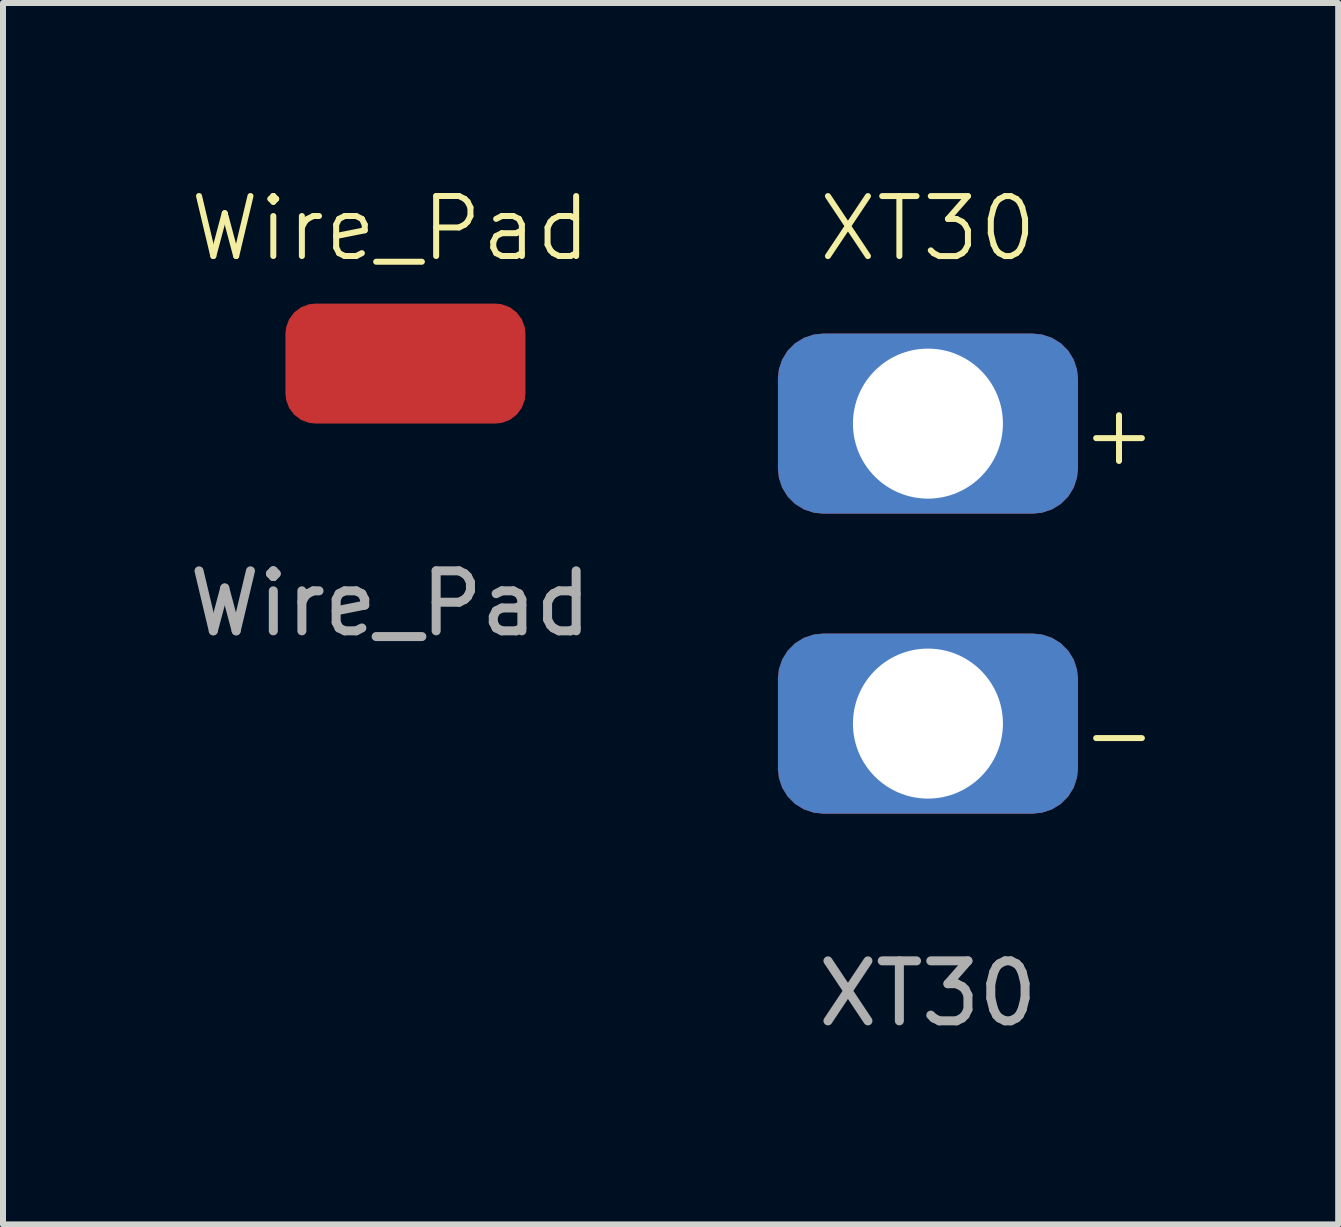
<source format=kicad_pcb>
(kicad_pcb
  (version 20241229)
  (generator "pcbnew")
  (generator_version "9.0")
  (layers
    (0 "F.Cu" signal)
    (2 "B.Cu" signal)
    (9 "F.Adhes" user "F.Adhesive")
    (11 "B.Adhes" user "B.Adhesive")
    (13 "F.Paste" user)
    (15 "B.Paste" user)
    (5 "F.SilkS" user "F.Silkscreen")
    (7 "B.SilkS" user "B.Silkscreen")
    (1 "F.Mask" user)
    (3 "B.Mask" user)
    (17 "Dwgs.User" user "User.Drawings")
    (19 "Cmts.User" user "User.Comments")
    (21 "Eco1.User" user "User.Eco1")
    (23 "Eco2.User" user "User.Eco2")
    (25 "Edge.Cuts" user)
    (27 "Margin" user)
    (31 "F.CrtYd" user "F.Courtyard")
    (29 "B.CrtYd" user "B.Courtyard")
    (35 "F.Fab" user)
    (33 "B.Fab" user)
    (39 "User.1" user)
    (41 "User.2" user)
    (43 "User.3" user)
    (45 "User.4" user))
  (footprint "XT30"
    (layer "F.Cu")
    (at 12.417 4.011)
    (property "Reference" "XT30" (at 0 -3.25 0) (unlocked yes) (layer "F.SilkS") (effects (font (size 1 1) (thickness 0.1))))
    (attr smd)
    (fp_text user "-" (at 2.5 5.75 0) (unlocked yes) (layer "F.SilkS") (effects (font (size 1 1) (thickness 0.1)) (justify left bottom)))
    (fp_text user "+" (at 2.5 0.75 0) (unlocked yes) (layer "F.SilkS") (effects (font (size 1 1) (thickness 0.1)) (justify left bottom)))
    (fp_text user "${REFERENCE}" (at 0 9.5 0) (unlocked yes) (layer "F.Fab") (effects (font (size 1 1) (thickness 0.15))))
    (pad "1" thru_hole roundrect (at 0 0) (size 5 3) (drill 2.5) (layers "*.Cu" "*.Mask") (roundrect_rratio 0.25))
    (pad "2" thru_hole roundrect (at 0 5) (size 5 3) (drill 2.5) (layers "*.Cu" "*.Mask") (roundrect_rratio 0.25)))
  (footprint "Wire_Pad"
    (layer "F.Cu")
    (at 3.708 3.01)
    (property "Reference" "Wire_Pad" (at -0.25 -2.25 0) (unlocked yes) (layer "F.SilkS") (effects (font (size 1 1) (thickness 0.1))))
    (attr smd)
    (fp_rect (start -2.25 -1.25) (end 2.25 1.25) (stroke (width 0.1) (type default)) (fill no) (layer "Margin"))
    (fp_text user "${REFERENCE}" (at -0.25 4 0) (unlocked yes) (layer "F.Fab") (effects (font (size 1 1) (thickness 0.15))))
    (pad "1" smd roundrect (at 0 0) (size 4 2) (layers "F.Cu" "F.Mask" "F.Paste") (roundrect_rratio 0.25)))
  (gr_rect
    (start -3 -3)
    (end 19.255 17.359)
    (stroke (width 0.1) (type default))
    (fill no)
    (layer "Edge.Cuts")))
</source>
